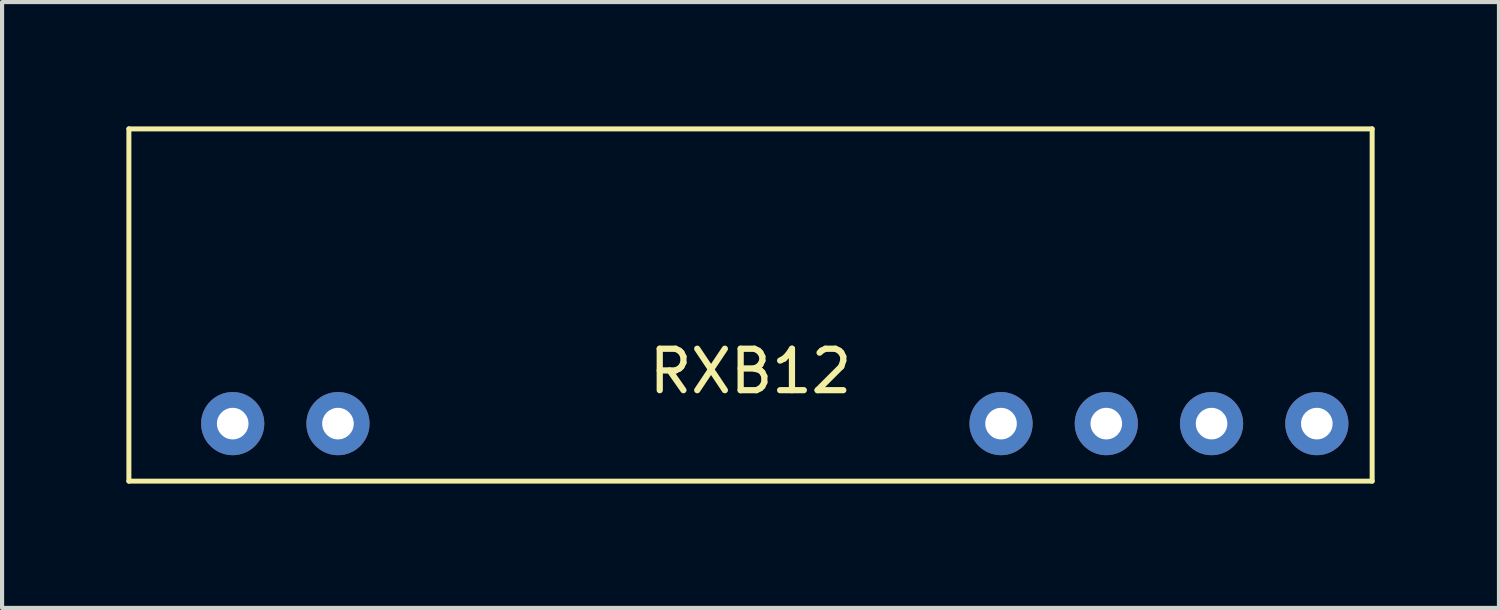
<source format=kicad_pcb>
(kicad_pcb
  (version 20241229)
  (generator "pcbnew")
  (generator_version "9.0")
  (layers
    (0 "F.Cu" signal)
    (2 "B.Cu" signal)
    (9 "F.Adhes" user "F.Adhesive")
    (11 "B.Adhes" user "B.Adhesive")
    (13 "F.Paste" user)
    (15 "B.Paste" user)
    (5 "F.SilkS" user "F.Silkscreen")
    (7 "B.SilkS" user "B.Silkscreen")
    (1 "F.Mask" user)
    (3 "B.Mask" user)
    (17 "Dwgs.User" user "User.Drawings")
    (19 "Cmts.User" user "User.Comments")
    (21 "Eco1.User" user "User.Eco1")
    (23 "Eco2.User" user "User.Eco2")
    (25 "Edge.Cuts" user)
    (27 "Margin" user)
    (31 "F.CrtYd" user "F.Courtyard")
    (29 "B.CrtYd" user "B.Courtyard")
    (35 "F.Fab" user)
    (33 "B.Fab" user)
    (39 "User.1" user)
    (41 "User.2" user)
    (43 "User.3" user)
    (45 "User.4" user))
  (footprint "RXB12"
    (layer "F.Cu")
    (at 15.06 6.41)
    (property "Reference" "RXB12" (at 0 -0.5 0) (unlocked yes) (layer "F.SilkS") (effects (font (size 1 1) (thickness 0.15))))
    (attr through_hole)
    (fp_line (start -15 -6.35) (end 15 -6.35) (stroke (width 0.12) (type default)) (layer "F.SilkS"))
    (fp_line (start -15 2.15) (end -15 -6.35) (stroke (width 0.12) (type default)) (layer "F.SilkS"))
    (fp_line (start -15 2.15) (end 15 2.15) (stroke (width 0.12) (type default)) (layer "F.SilkS"))
    (fp_line (start 15 2.15) (end 15 -6.35) (stroke (width 0.12) (type default)) (layer "F.SilkS"))
    (pad "1" thru_hole circle (at -12.495 0.762) (size 1.524 1.524) (drill 0.762) (layers "*.Cu" "*.Mask"))
    (pad "2" thru_hole circle (at -9.955 0.762) (size 1.524 1.524) (drill 0.762) (layers "*.Cu" "*.Mask"))
    (pad "3" thru_hole circle (at 6.045 0.762) (size 1.524 1.524) (drill 0.762) (layers "*.Cu" "*.Mask"))
    (pad "4" thru_hole circle (at 8.585 0.762) (size 1.524 1.524) (drill 0.762) (layers "*.Cu" "*.Mask"))
    (pad "5" thru_hole circle (at 11.125 0.762) (size 1.524 1.524) (drill 0.762) (layers "*.Cu" "*.Mask"))
    (pad "6" thru_hole circle (at 13.665 0.762) (size 1.524 1.524) (drill 0.762) (layers "*.Cu" "*.Mask")))
  (gr_rect
    (start -3 -3)
    (end 33.12 11.62)
    (stroke (width 0.1) (type default))
    (fill no)
    (layer "Edge.Cuts")))
</source>
